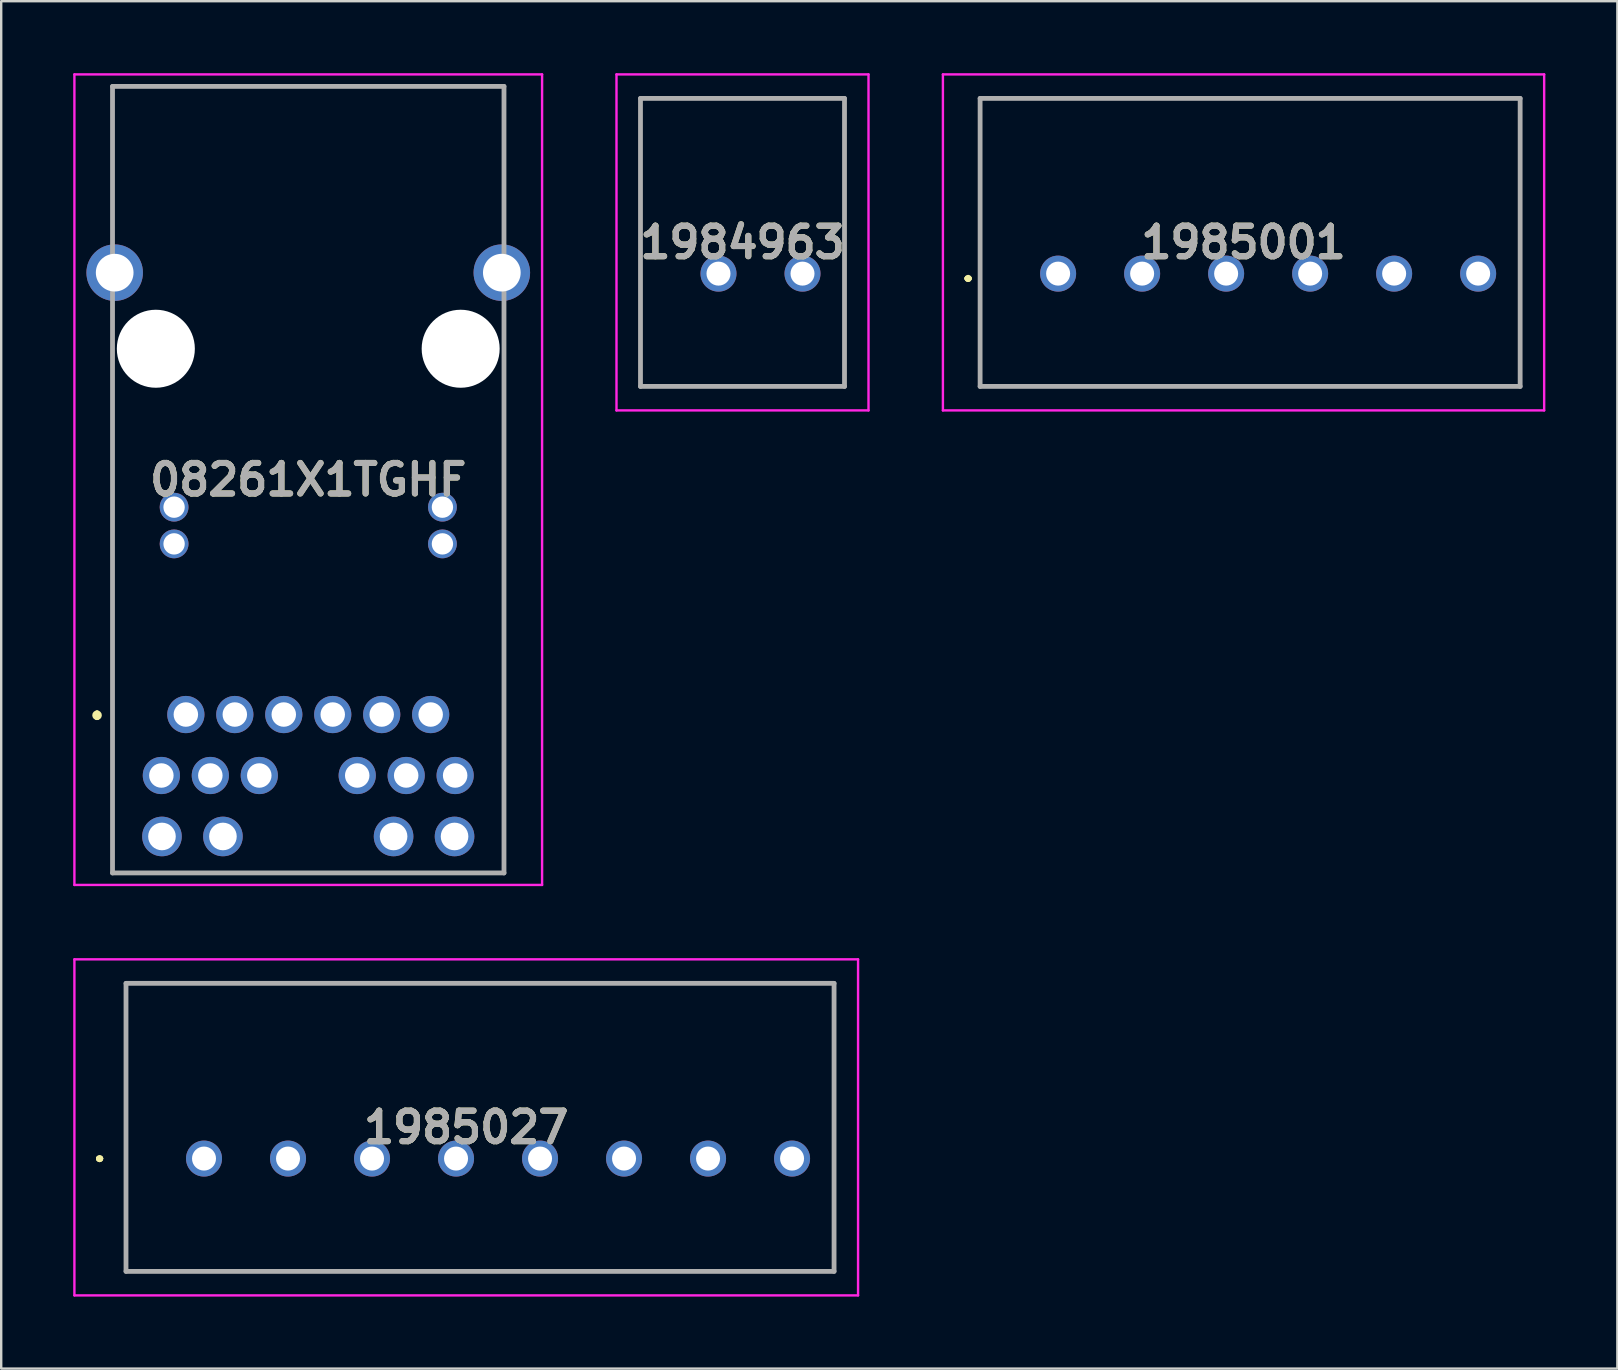
<source format=kicad_pcb>
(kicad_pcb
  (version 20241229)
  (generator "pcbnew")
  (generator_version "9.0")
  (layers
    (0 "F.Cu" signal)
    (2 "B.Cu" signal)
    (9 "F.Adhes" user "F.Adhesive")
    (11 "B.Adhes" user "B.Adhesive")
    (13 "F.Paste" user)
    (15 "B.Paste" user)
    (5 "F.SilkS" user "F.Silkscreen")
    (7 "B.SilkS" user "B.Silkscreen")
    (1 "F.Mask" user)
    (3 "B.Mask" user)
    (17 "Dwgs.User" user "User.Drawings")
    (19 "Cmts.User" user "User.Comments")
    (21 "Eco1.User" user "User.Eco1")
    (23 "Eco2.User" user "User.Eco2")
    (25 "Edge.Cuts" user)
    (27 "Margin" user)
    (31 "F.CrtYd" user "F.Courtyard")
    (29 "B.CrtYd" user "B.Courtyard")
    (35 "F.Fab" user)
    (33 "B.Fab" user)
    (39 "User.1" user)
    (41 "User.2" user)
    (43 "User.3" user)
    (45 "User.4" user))
  (footprint "1985027"
    (layer "F.Cu")
    (at 5.45 45.22)
    (property "Reference" "1985027" (at 10.925 -1.3 0) (layer "F.SilkS") (effects (font (size 1.27 1.27) (thickness 0.254))))
    (attr through_hole)
    (fp_line (start -4.4 0) (end -4.4 0) (stroke (width 0.2) (type solid)) (layer "F.SilkS"))
    (fp_line (start -4.4 0) (end -4.4 0) (stroke (width 0.2) (type solid)) (layer "F.SilkS"))
    (fp_line (start -4.3 0) (end -4.3 0) (stroke (width 0.2) (type solid)) (layer "F.SilkS"))
    (fp_line (start -3.25 -7.3) (end 26.25 -7.3) (stroke (width 0.1) (type solid)) (layer "F.SilkS"))
    (fp_line (start -3.25 4.7) (end -3.25 -7.3) (stroke (width 0.1) (type solid)) (layer "F.SilkS"))
    (fp_line (start 26.25 -7.3) (end 26.25 4.7) (stroke (width 0.1) (type solid)) (layer "F.SilkS"))
    (fp_line (start 26.25 4.7) (end -3.25 4.7) (stroke (width 0.1) (type solid)) (layer "F.SilkS"))
    (fp_arc (start -4.4 0) (mid -4.35 -0.05) (end -4.3 0) (stroke (width 0.2) (type solid)) (layer "F.SilkS"))
    (fp_arc (start -4.3 0) (mid -4.35 0.05) (end -4.4 0) (stroke (width 0.2) (type solid)) (layer "F.SilkS"))
    (fp_arc (start -4.3 0) (mid -4.35 0.05) (end -4.4 0) (stroke (width 0.2) (type solid)) (layer "F.SilkS"))
    (fp_line (start -5.4 -8.3) (end 27.25 -8.3) (stroke (width 0.1) (type solid)) (layer "F.CrtYd"))
    (fp_line (start -5.4 5.7) (end -5.4 -8.3) (stroke (width 0.1) (type solid)) (layer "F.CrtYd"))
    (fp_line (start 27.25 -8.3) (end 27.25 5.7) (stroke (width 0.1) (type solid)) (layer "F.CrtYd"))
    (fp_line (start 27.25 5.7) (end -5.4 5.7) (stroke (width 0.1) (type solid)) (layer "F.CrtYd"))
    (fp_line (start -3.25 -7.3) (end -3.25 4.7) (stroke (width 0.2) (type solid)) (layer "F.Fab"))
    (fp_line (start -3.25 4.7) (end 26.25 4.7) (stroke (width 0.2) (type solid)) (layer "F.Fab"))
    (fp_line (start 26.25 -7.3) (end -3.25 -7.3) (stroke (width 0.2) (type solid)) (layer "F.Fab"))
    (fp_line (start 26.25 4.7) (end 26.25 -7.3) (stroke (width 0.2) (type solid)) (layer "F.Fab"))
    (fp_text user "${REFERENCE}" (at 10.925 -1.3 0) (layer "F.Fab") (effects (font (size 1.27 1.27) (thickness 0.254))))
    (pad "1" thru_hole circle (at 0 0) (size 1.5 1.5) (drill 1) (layers "*.Cu" "*.Mask"))
    (pad "2" thru_hole circle (at 3.5 0) (size 1.5 1.5) (drill 1) (layers "*.Cu" "*.Mask"))
    (pad "3" thru_hole circle (at 7 0) (size 1.5 1.5) (drill 1) (layers "*.Cu" "*.Mask"))
    (pad "4" thru_hole circle (at 10.5 0) (size 1.5 1.5) (drill 1) (layers "*.Cu" "*.Mask"))
    (pad "5" thru_hole circle (at 14 0) (size 1.5 1.5) (drill 1) (layers "*.Cu" "*.Mask"))
    (pad "6" thru_hole circle (at 17.5 0) (size 1.5 1.5) (drill 1) (layers "*.Cu" "*.Mask"))
    (pad "7" thru_hole circle (at 21 0) (size 1.5 1.5) (drill 1) (layers "*.Cu" "*.Mask"))
    (pad "8" thru_hole circle (at 24.5 0) (size 1.5 1.5) (drill 1) (layers "*.Cu" "*.Mask")))
  (footprint "1984963"
    (layer "F.Cu")
    (at 26.885 8.35)
    (property "Reference" "1984963" (at 1 -1.3 0) (layer "F.SilkS") (effects (font (size 1.27 1.27) (thickness 0.254))))
    (attr through_hole)
    (fp_line (start -3.25 -7.3) (end 5.25 -7.3) (stroke (width 0.1) (type solid)) (layer "F.SilkS"))
    (fp_line (start -3.25 4.7) (end -3.25 -7.3) (stroke (width 0.1) (type solid)) (layer "F.SilkS"))
    (fp_line (start 5.25 -7.3) (end 5.25 4.7) (stroke (width 0.1) (type solid)) (layer "F.SilkS"))
    (fp_line (start 5.25 4.7) (end -3.25 4.7) (stroke (width 0.1) (type solid)) (layer "F.SilkS"))
    (fp_line (start -4.25 -8.3) (end 6.25 -8.3) (stroke (width 0.1) (type solid)) (layer "F.CrtYd"))
    (fp_line (start -4.25 5.7) (end -4.25 -8.3) (stroke (width 0.1) (type solid)) (layer "F.CrtYd"))
    (fp_line (start 6.25 -8.3) (end 6.25 5.7) (stroke (width 0.1) (type solid)) (layer "F.CrtYd"))
    (fp_line (start 6.25 5.7) (end -4.25 5.7) (stroke (width 0.1) (type solid)) (layer "F.CrtYd"))
    (fp_line (start -3.25 -7.3) (end 5.25 -7.3) (stroke (width 0.2) (type solid)) (layer "F.Fab"))
    (fp_line (start -3.25 4.7) (end -3.25 -7.3) (stroke (width 0.2) (type solid)) (layer "F.Fab"))
    (fp_line (start 5.25 -7.3) (end 5.25 4.7) (stroke (width 0.2) (type solid)) (layer "F.Fab"))
    (fp_line (start 5.25 4.7) (end -3.25 4.7) (stroke (width 0.2) (type solid)) (layer "F.Fab"))
    (fp_text user "${REFERENCE}" (at 1 -1.3 0) (layer "F.Fab") (effects (font (size 1.27 1.27) (thickness 0.254))))
    (pad "1" thru_hole circle (at 0 0) (size 1.5 1.5) (drill 1) (layers "*.Cu" "*.Mask"))
    (pad "2" thru_hole circle (at 3.5 0) (size 1.5 1.5) (drill 1) (layers "*.Cu" "*.Mask")))
  (footprint "1985001"
    (layer "F.Cu")
    (at 41.035 8.35)
    (property "Reference" "1985001" (at 7.725 -1.3 0) (layer "F.SilkS") (effects (font (size 1.27 1.27) (thickness 0.254))))
    (attr through_hole)
    (fp_line (start -3.8 0.2) (end -3.8 0.2) (stroke (width 0.2) (type solid)) (layer "F.SilkS"))
    (fp_line (start -3.8 0.2) (end -3.8 0.2) (stroke (width 0.2) (type solid)) (layer "F.SilkS"))
    (fp_line (start -3.7 0.2) (end -3.7 0.2) (stroke (width 0.2) (type solid)) (layer "F.SilkS"))
    (fp_line (start -3.25 -7.3) (end 19.25 -7.3) (stroke (width 0.1) (type solid)) (layer "F.SilkS"))
    (fp_line (start -3.25 4.7) (end -3.25 -7.3) (stroke (width 0.1) (type solid)) (layer "F.SilkS"))
    (fp_line (start 19.25 -7.3) (end 19.25 4.7) (stroke (width 0.1) (type solid)) (layer "F.SilkS"))
    (fp_line (start 19.25 4.7) (end -3.25 4.7) (stroke (width 0.1) (type solid)) (layer "F.SilkS"))
    (fp_arc (start -3.8 0.2) (mid -3.75 0.15) (end -3.7 0.2) (stroke (width 0.2) (type solid)) (layer "F.SilkS"))
    (fp_arc (start -3.7 0.2) (mid -3.75 0.25) (end -3.8 0.2) (stroke (width 0.2) (type solid)) (layer "F.SilkS"))
    (fp_arc (start -3.7 0.2) (mid -3.75 0.25) (end -3.8 0.2) (stroke (width 0.2) (type solid)) (layer "F.SilkS"))
    (fp_line (start -4.8 -8.3) (end 20.25 -8.3) (stroke (width 0.1) (type solid)) (layer "F.CrtYd"))
    (fp_line (start -4.8 5.7) (end -4.8 -8.3) (stroke (width 0.1) (type solid)) (layer "F.CrtYd"))
    (fp_line (start 20.25 -8.3) (end 20.25 5.7) (stroke (width 0.1) (type solid)) (layer "F.CrtYd"))
    (fp_line (start 20.25 5.7) (end -4.8 5.7) (stroke (width 0.1) (type solid)) (layer "F.CrtYd"))
    (fp_line (start -3.25 -7.3) (end -3.25 4.7) (stroke (width 0.2) (type solid)) (layer "F.Fab"))
    (fp_line (start -3.25 4.7) (end 19.25 4.7) (stroke (width 0.2) (type solid)) (layer "F.Fab"))
    (fp_line (start 19.25 -7.3) (end -3.25 -7.3) (stroke (width 0.2) (type solid)) (layer "F.Fab"))
    (fp_line (start 19.25 4.7) (end 19.25 -7.3) (stroke (width 0.2) (type solid)) (layer "F.Fab"))
    (fp_text user "${REFERENCE}" (at 7.725 -1.3 0) (layer "F.Fab") (effects (font (size 1.27 1.27) (thickness 0.254))))
    (pad "1" thru_hole circle (at 0 0) (size 1.5 1.5) (drill 1) (layers "*.Cu" "*.Mask"))
    (pad "2" thru_hole circle (at 3.5 0) (size 1.5 1.5) (drill 1) (layers "*.Cu" "*.Mask"))
    (pad "3" thru_hole circle (at 7 0) (size 1.5 1.5) (drill 1) (layers "*.Cu" "*.Mask"))
    (pad "4" thru_hole circle (at 10.5 0) (size 1.5 1.5) (drill 1) (layers "*.Cu" "*.Mask"))
    (pad "5" thru_hole circle (at 14 0) (size 1.5 1.5) (drill 1) (layers "*.Cu" "*.Mask"))
    (pad "6" thru_hole circle (at 17.5 0) (size 1.5 1.5) (drill 1) (layers "*.Cu" "*.Mask")))
  (footprint "08261X1TGHF"
    (layer "F.Cu")
    (at 9.793 11.48)
    (property "Reference" "08261X1TGHF" (at 0 5.455 0) (layer "F.SilkS") (effects (font (size 1.27 1.27) (thickness 0.254))))
    (attr through_hole)
    (fp_line (start -8.8 15.17) (end -8.8 15.17) (stroke (width 0.2) (type solid)) (layer "F.SilkS"))
    (fp_line (start -8.8 15.37) (end -8.8 15.37) (stroke (width 0.2) (type solid)) (layer "F.SilkS"))
    (fp_line (start -8.155 -10.93) (end 8.155 -10.93) (stroke (width 0.1) (type solid)) (layer "F.SilkS"))
    (fp_line (start -8.155 -4.93) (end -8.155 -10.93) (stroke (width 0.1) (type solid)) (layer "F.SilkS"))
    (fp_line (start -8.155 2.07) (end -8.155 21.84) (stroke (width 0.1) (type solid)) (layer "F.SilkS"))
    (fp_line (start -8.155 21.84) (end 8.155 21.84) (stroke (width 0.1) (type solid)) (layer "F.SilkS"))
    (fp_line (start 8.155 -10.93) (end 8.155 -4.93) (stroke (width 0.1) (type solid)) (layer "F.SilkS"))
    (fp_line (start 8.155 21.84) (end 8.155 2.07) (stroke (width 0.1) (type solid)) (layer "F.SilkS"))
    (fp_arc (start -8.8 15.17) (mid -8.7 15.27) (end -8.8 15.37) (stroke (width 0.2) (type solid)) (layer "F.SilkS"))
    (fp_arc (start -8.8 15.37) (mid -8.9 15.27) (end -8.8 15.17) (stroke (width 0.2) (type solid)) (layer "F.SilkS"))
    (fp_line (start -9.743 -11.43) (end 9.742 -11.43) (stroke (width 0.1) (type solid)) (layer "F.CrtYd"))
    (fp_line (start -9.743 22.34) (end -9.743 -11.43) (stroke (width 0.1) (type solid)) (layer "F.CrtYd"))
    (fp_line (start 9.742 -11.43) (end 9.742 22.34) (stroke (width 0.1) (type solid)) (layer "F.CrtYd"))
    (fp_line (start 9.742 22.34) (end -9.743 22.34) (stroke (width 0.1) (type solid)) (layer "F.CrtYd"))
    (fp_line (start -8.155 -10.93) (end 8.155 -10.93) (stroke (width 0.2) (type solid)) (layer "F.Fab"))
    (fp_line (start -8.155 21.84) (end -8.155 -10.93) (stroke (width 0.2) (type solid)) (layer "F.Fab"))
    (fp_line (start 8.155 -10.93) (end 8.155 21.84) (stroke (width 0.2) (type solid)) (layer "F.Fab"))
    (fp_line (start 8.155 21.84) (end -8.155 21.84) (stroke (width 0.2) (type solid)) (layer "F.Fab"))
    (fp_text user "${REFERENCE}" (at 0 5.455 0) (layer "F.Fab") (effects (font (size 1.27 1.27) (thickness 0.254))))
    (pad "" np_thru_hole circle (at -6.35 0) (size 3.25 3.25) (drill 3.25) (layers "*.Cu" "*.Mask"))
    (pad "" np_thru_hole circle (at 6.35 0) (size 3.25 3.25) (drill 3.25) (layers "*.Cu" "*.Mask"))
    (pad "1" thru_hole circle (at -5.1 15.24) (size 1.55 1.55) (drill 1.02) (layers "*.Cu" "*.Mask"))
    (pad "2" thru_hole circle (at -3.06 15.24) (size 1.55 1.55) (drill 1.02) (layers "*.Cu" "*.Mask"))
    (pad "3" thru_hole circle (at -1.02 15.24) (size 1.55 1.55) (drill 1.02) (layers "*.Cu" "*.Mask"))
    (pad "4" thru_hole circle (at 1.02 15.24) (size 1.55 1.55) (drill 1.02) (layers "*.Cu" "*.Mask"))
    (pad "5" thru_hole circle (at 3.06 15.24) (size 1.55 1.55) (drill 1.02) (layers "*.Cu" "*.Mask"))
    (pad "6" thru_hole circle (at 5.1 15.24) (size 1.55 1.55) (drill 1.02) (layers "*.Cu" "*.Mask"))
    (pad "7" thru_hole circle (at -6.12 17.78) (size 1.55 1.55) (drill 1.02) (layers "*.Cu" "*.Mask"))
    (pad "8" thru_hole circle (at -4.08 17.78) (size 1.55 1.55) (drill 1.02) (layers "*.Cu" "*.Mask"))
    (pad "9" thru_hole circle (at -2.04 17.78) (size 1.55 1.55) (drill 1.02) (layers "*.Cu" "*.Mask"))
    (pad "10" thru_hole circle (at 2.04 17.78) (size 1.55 1.55) (drill 1.02) (layers "*.Cu" "*.Mask"))
    (pad "11" thru_hole circle (at 4.08 17.78) (size 1.55 1.55) (drill 1.02) (layers "*.Cu" "*.Mask"))
    (pad "12" thru_hole circle (at 6.12 17.78) (size 1.55 1.55) (drill 1.02) (layers "*.Cu" "*.Mask"))
    (pad "13" thru_hole circle (at -5.59 8.13) (size 1.2 1.2) (drill 0.89) (layers "*.Cu" "*.Mask"))
    (pad "14" thru_hole circle (at 5.59 8.13) (size 1.2 1.2) (drill 0.89) (layers "*.Cu" "*.Mask"))
    (pad "15" thru_hole circle (at -5.59 6.6) (size 1.2 1.2) (drill 0.89) (layers "*.Cu" "*.Mask"))
    (pad "16" thru_hole circle (at 5.59 6.6) (size 1.2 1.2) (drill 0.89) (layers "*.Cu" "*.Mask"))
    (pad "17" thru_hole circle (at -6.095 20.32) (size 1.65 1.65) (drill 1.15) (layers "*.Cu" "*.Mask"))
    (pad "18" thru_hole circle (at -3.555 20.32) (size 1.65 1.65) (drill 1.15) (layers "*.Cu" "*.Mask"))
    (pad "19" thru_hole circle (at 3.555 20.32) (size 1.65 1.65) (drill 1.15) (layers "*.Cu" "*.Mask"))
    (pad "20" thru_hole circle (at 6.095 20.32) (size 1.65 1.65) (drill 1.15) (layers "*.Cu" "*.Mask"))
    (pad "MH1" thru_hole circle (at -8.065 -3.17) (size 2.355 2.355) (drill 1.57) (layers "*.Cu" "*.Mask"))
    (pad "MH2" thru_hole circle (at 8.065 -3.17) (size 2.355 2.355) (drill 1.57) (layers "*.Cu" "*.Mask")))
  (gr_rect
    (start -3 -3)
    (end 64.335 53.97)
    (stroke (width 0.1) (type default))
    (fill no)
    (layer "Edge.Cuts")))
</source>
